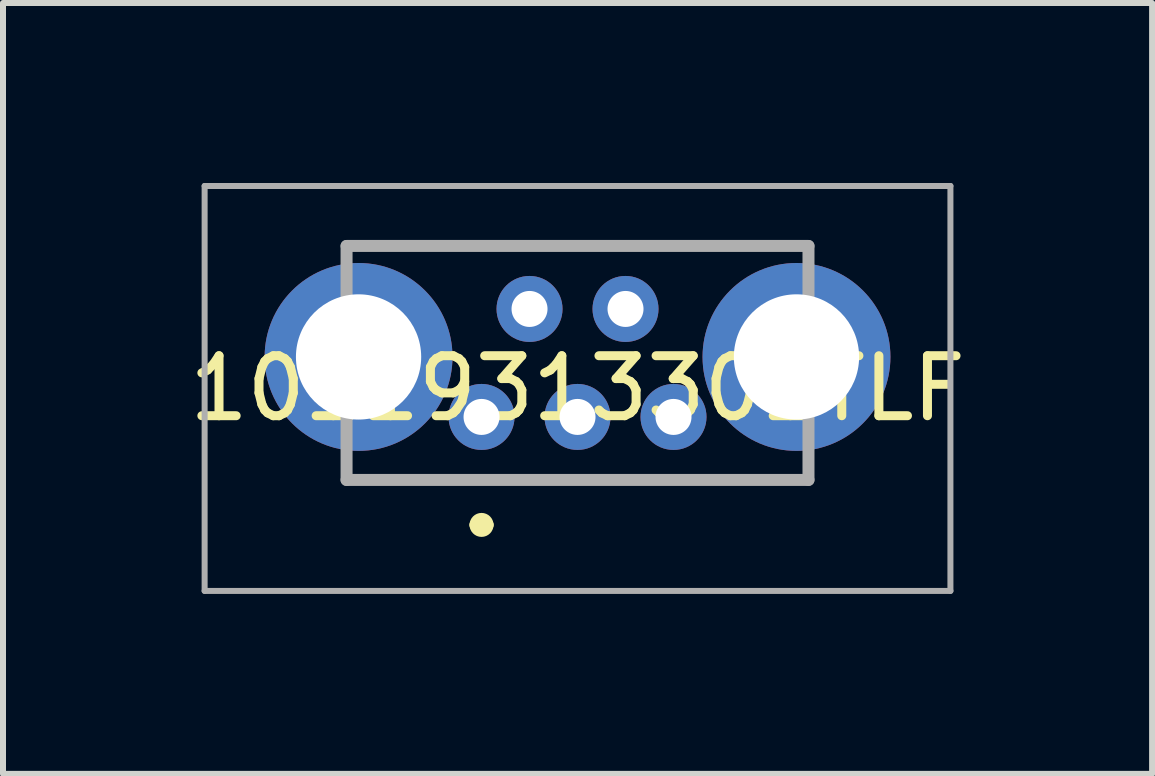
<source format=kicad_pcb>
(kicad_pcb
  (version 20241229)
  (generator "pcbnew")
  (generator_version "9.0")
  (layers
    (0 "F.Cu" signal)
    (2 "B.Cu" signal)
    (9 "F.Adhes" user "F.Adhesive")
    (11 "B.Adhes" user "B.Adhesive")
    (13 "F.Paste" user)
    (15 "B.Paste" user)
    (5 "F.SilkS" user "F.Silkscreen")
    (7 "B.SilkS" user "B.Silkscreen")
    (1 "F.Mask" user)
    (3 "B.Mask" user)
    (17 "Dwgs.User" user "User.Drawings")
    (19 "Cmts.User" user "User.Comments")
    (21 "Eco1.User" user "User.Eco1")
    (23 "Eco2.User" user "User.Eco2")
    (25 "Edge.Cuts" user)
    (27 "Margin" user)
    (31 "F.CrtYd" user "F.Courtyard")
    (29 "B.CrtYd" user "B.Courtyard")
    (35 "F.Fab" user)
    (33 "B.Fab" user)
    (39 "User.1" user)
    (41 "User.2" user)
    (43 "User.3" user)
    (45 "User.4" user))
  (footprint "10119313301TLF"
    (layer "F.Cu")
    (at 6.577 3.425)
    (property "Reference" "10119313301TLF" (at 0 0 0) (layer "F.SilkS") (effects (font (size 1 1) (thickness 0.15))))
    (attr through_hole)
    (fp_line (start -3.85 -2.375) (end 3.85 -2.375) (stroke (width 0.1) (type solid)) (layer "F.SilkS"))
    (fp_line (start -3.85 1.525) (end 3.85 1.525) (stroke (width 0.1) (type solid)) (layer "F.SilkS"))
    (fp_line (start -1.7 2.275) (end -1.7 2.275) (stroke (width 0.2) (type solid)) (layer "F.SilkS"))
    (fp_line (start -1.5 2.275) (end -1.5 2.275) (stroke (width 0.2) (type solid)) (layer "F.SilkS"))
    (fp_arc (start -1.7 2.275) (mid -1.6 2.175) (end -1.5 2.275) (stroke (width 0.2) (type solid)) (layer "F.SilkS"))
    (fp_arc (start -1.5 2.275) (mid -1.6 2.375) (end -1.7 2.275) (stroke (width 0.2) (type solid)) (layer "F.SilkS"))
    (fp_line (start -6.216 -3.375) (end 6.216 -3.375) (stroke (width 0.1) (type solid)) (layer "F.Fab"))
    (fp_line (start -6.216 3.375) (end -6.216 -3.375) (stroke (width 0.1) (type solid)) (layer "F.Fab"))
    (fp_line (start -3.85 -2.375) (end 3.85 -2.375) (stroke (width 0.2) (type solid)) (layer "F.Fab"))
    (fp_line (start -3.85 1.525) (end -3.85 -2.375) (stroke (width 0.2) (type solid)) (layer "F.Fab"))
    (fp_line (start 3.85 -2.375) (end 3.85 1.525) (stroke (width 0.2) (type solid)) (layer "F.Fab"))
    (fp_line (start 3.85 1.525) (end -3.85 1.525) (stroke (width 0.2) (type solid)) (layer "F.Fab"))
    (fp_line (start 6.216 -3.375) (end 6.216 3.375) (stroke (width 0.1) (type solid)) (layer "F.Fab"))
    (fp_line (start 6.216 3.375) (end -6.216 3.375) (stroke (width 0.1) (type solid)) (layer "F.Fab"))
    (pad "1" thru_hole circle (at -1.6 0.475) (size 1.1 1.1) (drill 0.6) (layers "*.Cu" "*.Mask"))
    (pad "2" thru_hole circle (at -0.8 -1.325) (size 1.1 1.1) (drill 0.6) (layers "*.Cu" "*.Mask"))
    (pad "3" thru_hole circle (at 0 0.475) (size 1.1 1.1) (drill 0.6) (layers "*.Cu" "*.Mask"))
    (pad "4" thru_hole circle (at 0.8 -1.325) (size 1.1 1.1) (drill 0.6) (layers "*.Cu" "*.Mask"))
    (pad "5" thru_hole circle (at 1.6 0.475) (size 1.1 1.1) (drill 0.6) (layers "*.Cu" "*.Mask"))
    (pad "6" thru_hole circle (at -3.65 -0.525) (size 3.132 3.132) (drill 2.088) (layers "*.Cu" "*.Mask"))
    (pad "7" thru_hole circle (at 3.65 -0.525) (size 3.132 3.132) (drill 2.088) (layers "*.Cu" "*.Mask")))
  (gr_rect
    (start -3 -3)
    (end 16.155 9.85)
    (stroke (width 0.1) (type default))
    (fill no)
    (layer "Edge.Cuts")))
</source>
